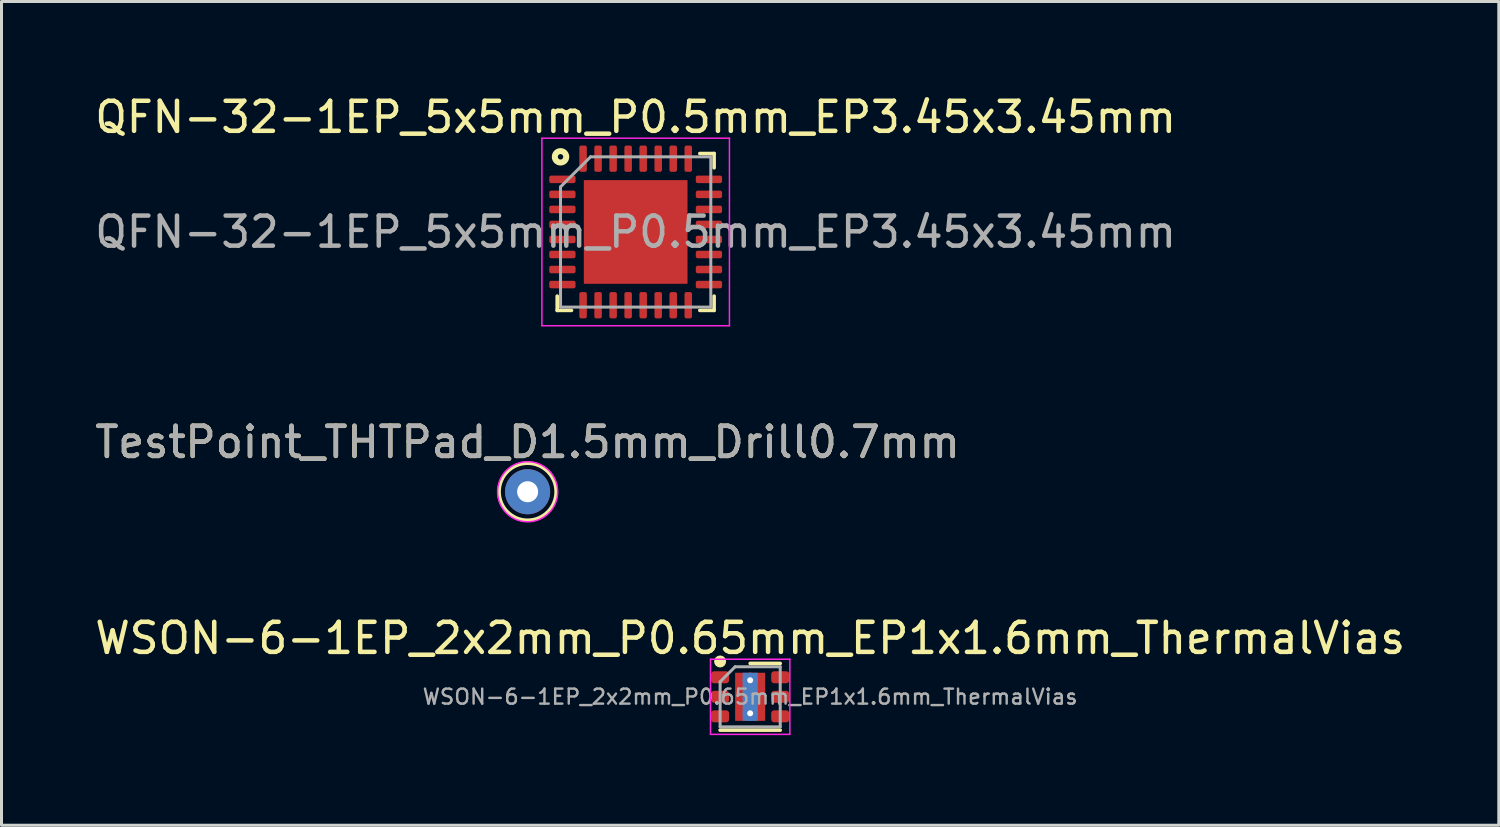
<source format=kicad_pcb>
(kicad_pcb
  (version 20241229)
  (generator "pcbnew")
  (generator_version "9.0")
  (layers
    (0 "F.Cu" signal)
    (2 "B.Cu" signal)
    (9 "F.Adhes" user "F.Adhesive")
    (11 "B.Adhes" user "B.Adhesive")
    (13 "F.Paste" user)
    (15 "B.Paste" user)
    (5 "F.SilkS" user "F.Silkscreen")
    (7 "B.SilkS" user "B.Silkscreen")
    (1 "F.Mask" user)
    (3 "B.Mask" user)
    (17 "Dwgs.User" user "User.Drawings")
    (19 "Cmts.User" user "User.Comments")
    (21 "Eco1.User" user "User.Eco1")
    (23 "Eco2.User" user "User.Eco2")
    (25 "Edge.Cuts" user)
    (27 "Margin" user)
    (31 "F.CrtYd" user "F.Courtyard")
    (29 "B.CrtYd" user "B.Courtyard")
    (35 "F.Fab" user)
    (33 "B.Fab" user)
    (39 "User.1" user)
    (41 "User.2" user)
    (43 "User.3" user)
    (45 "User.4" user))
  (footprint "TestPoint_THTPad_D1.5mm_Drill0.7mm"
    (layer "F.Cu")
    (at 14.506 13.312)
    (property "Reference" "TestPoint_THTPad_D1.5mm_Drill0.7mm" (at 0 -1.648 0) (layer "F.SilkS") (effects (font (size 1 1) (thickness 0.15))))
    (attr exclude_from_pos_files exclude_from_bom)
    (fp_circle (center 0 0) (end 0 0.95) (stroke (width 0.12) (type solid)) (fill no) (layer "F.SilkS"))
    (fp_circle (center 0 0) (end 1 0) (stroke (width 0.05) (type solid)) (fill no) (layer "F.CrtYd"))
    (fp_text user "${REFERENCE}" (at 0 -1.65 0) (layer "F.Fab") (effects (font (size 1 1) (thickness 0.15))))
    (pad "1" thru_hole circle (at 0 0) (size 1.5 1.5) (drill 0.7) (layers "*.Cu" "*.Mask")))
  (footprint "WSON-6-1EP_2x2mm_P0.65mm_EP1x1.6mm_ThermalVias"
    (layer "F.Cu")
    (at 21.911 20.135)
    (property "Reference" "WSON-6-1EP_2x2mm_P0.65mm_EP1x1.6mm_ThermalVias" (at 0 -1.95 0) (layer "F.SilkS") (effects (font (size 1 1) (thickness 0.15))))
    (attr smd)
    (fp_line (start -1 1.11) (end 1 1.11) (stroke (width 0.12) (type solid)) (layer "F.SilkS"))
    (fp_line (start 0 -1.11) (end 1 -1.11) (stroke (width 0.12) (type solid)) (layer "F.SilkS"))
    (fp_circle (center -1 -1.175) (end -0.9 -1.175) (stroke (width 0.2) (type solid)) (fill no) (layer "F.SilkS"))
    (fp_line (start -1.32 -1.25) (end -1.32 1.25) (stroke (width 0.05) (type solid)) (layer "F.CrtYd"))
    (fp_line (start -1.32 1.25) (end 1.32 1.25) (stroke (width 0.05) (type solid)) (layer "F.CrtYd"))
    (fp_line (start 1.32 -1.25) (end -1.32 -1.25) (stroke (width 0.05) (type solid)) (layer "F.CrtYd"))
    (fp_line (start 1.32 1.25) (end 1.32 -1.25) (stroke (width 0.05) (type solid)) (layer "F.CrtYd"))
    (fp_line (start -1 -0.5) (end -0.5 -1) (stroke (width 0.1) (type solid)) (layer "F.Fab"))
    (fp_line (start -1 1) (end -1 -0.5) (stroke (width 0.1) (type solid)) (layer "F.Fab"))
    (fp_line (start -0.5 -1) (end 1 -1) (stroke (width 0.1) (type solid)) (layer "F.Fab"))
    (fp_line (start 1 -1) (end 1 1) (stroke (width 0.1) (type solid)) (layer "F.Fab"))
    (fp_line (start 1 1) (end -1 1) (stroke (width 0.1) (type solid)) (layer "F.Fab"))
    (fp_text user "${REFERENCE}" (at 0 0 0) (layer "F.Fab") (effects (font (size 0.5 0.5) (thickness 0.08))))
    (pad "" smd roundrect (at 0 -0.4) (size 0.87 0.69) (layers "F.Paste") (roundrect_rratio 0.25))
    (pad "" smd roundrect (at 0 0.4) (size 0.87 0.69) (layers "F.Paste") (roundrect_rratio 0.25))
    (pad "1" smd roundrect (at -1 -0.65) (size 0.6 0.4) (layers "F.Cu" "F.Mask" "F.Paste") (roundrect_rratio 0.25))
    (pad "2" smd roundrect (at -1 0) (size 0.6 0.4) (layers "F.Cu" "F.Mask" "F.Paste") (roundrect_rratio 0.25))
    (pad "3" smd roundrect (at -1 0.65) (size 0.6 0.4) (layers "F.Cu" "F.Mask" "F.Paste") (roundrect_rratio 0.25))
    (pad "4" smd roundrect (at 1 0.65) (size 0.6 0.4) (layers "F.Cu" "F.Mask" "F.Paste") (roundrect_rratio 0.25))
    (pad "5" smd roundrect (at 1 0) (size 0.6 0.4) (layers "F.Cu" "F.Mask" "F.Paste") (roundrect_rratio 0.25))
    (pad "6" smd roundrect (at 1 -0.65) (size 0.6 0.4) (layers "F.Cu" "F.Mask" "F.Paste") (roundrect_rratio 0.25))
    (pad "7" thru_hole circle (at 0 -0.55) (size 0.5 0.5) (drill 0.2) (layers "*.Cu"))
    (pad "7" smd rect (at 0 0) (size 0.5 1.6) (layers "B.Cu"))
    (pad "7" smd rect (at 0 0) (size 1 1.6) (layers "F.Cu" "F.Mask"))
    (pad "7" thru_hole circle (at 0 0.55) (size 0.5 0.5) (drill 0.2) (layers "*.Cu")))
  (footprint "QFN-32-1EP_5x5mm_P0.5mm_EP3.45x3.45mm"
    (layer "F.Cu")
    (at 18.101 4.668)
    (property "Reference" "QFN-32-1EP_5x5mm_P0.5mm_EP3.45x3.45mm" (at 0 -3.82 0) (layer "F.SilkS") (effects (font (size 1 1) (thickness 0.15))))
    (attr smd)
    (fp_line (start -2.61 2.61) (end -2.61 2.135) (stroke (width 0.12) (type solid)) (layer "F.SilkS"))
    (fp_line (start -2.135 2.61) (end -2.61 2.61) (stroke (width 0.12) (type solid)) (layer "F.SilkS"))
    (fp_line (start 2.135 -2.61) (end 2.61 -2.61) (stroke (width 0.12) (type solid)) (layer "F.SilkS"))
    (fp_line (start 2.135 2.61) (end 2.61 2.61) (stroke (width 0.12) (type solid)) (layer "F.SilkS"))
    (fp_line (start 2.61 -2.61) (end 2.61 -2.135) (stroke (width 0.12) (type solid)) (layer "F.SilkS"))
    (fp_line (start 2.61 2.61) (end 2.61 2.135) (stroke (width 0.12) (type solid)) (layer "F.SilkS"))
    (fp_circle (center -2.5 -2.5) (end -2.41 -2.5) (stroke (width 0.2) (type solid)) (fill no) (layer "F.SilkS"))
    (fp_line (start -3.12 -3.12) (end -3.12 3.12) (stroke (width 0.05) (type solid)) (layer "F.CrtYd"))
    (fp_line (start -3.12 3.12) (end 3.12 3.12) (stroke (width 0.05) (type solid)) (layer "F.CrtYd"))
    (fp_line (start 3.12 -3.12) (end -3.12 -3.12) (stroke (width 0.05) (type solid)) (layer "F.CrtYd"))
    (fp_line (start 3.12 3.12) (end 3.12 -3.12) (stroke (width 0.05) (type solid)) (layer "F.CrtYd"))
    (fp_line (start -2.5 -1.5) (end -1.5 -2.5) (stroke (width 0.1) (type solid)) (layer "F.Fab"))
    (fp_line (start -2.5 2.5) (end -2.5 -1.5) (stroke (width 0.1) (type solid)) (layer "F.Fab"))
    (fp_line (start -1.5 -2.5) (end 2.5 -2.5) (stroke (width 0.1) (type solid)) (layer "F.Fab"))
    (fp_line (start 2.5 -2.5) (end 2.5 2.5) (stroke (width 0.1) (type solid)) (layer "F.Fab"))
    (fp_line (start 2.5 2.5) (end -2.5 2.5) (stroke (width 0.1) (type solid)) (layer "F.Fab"))
    (fp_text user "${REFERENCE}" (at 0 0 0) (layer "F.Fab") (effects (font (size 1 1) (thickness 0.15))))
    (pad "" smd roundrect (at -1.15 -1.15) (size 0.93 0.93) (layers "F.Paste") (roundrect_rratio 0.25))
    (pad "" smd roundrect (at -1.15 0) (size 0.93 0.93) (layers "F.Paste") (roundrect_rratio 0.25))
    (pad "" smd roundrect (at -1.15 1.15) (size 0.93 0.93) (layers "F.Paste") (roundrect_rratio 0.25))
    (pad "" smd roundrect (at 0 -1.15) (size 0.93 0.93) (layers "F.Paste") (roundrect_rratio 0.25))
    (pad "" smd roundrect (at 0 0) (size 0.93 0.93) (layers "F.Paste") (roundrect_rratio 0.25))
    (pad "" smd roundrect (at 0 1.15) (size 0.93 0.93) (layers "F.Paste") (roundrect_rratio 0.25))
    (pad "" smd roundrect (at 1.15 -1.15) (size 0.93 0.93) (layers "F.Paste") (roundrect_rratio 0.25))
    (pad "" smd roundrect (at 1.15 0) (size 0.93 0.93) (layers "F.Paste") (roundrect_rratio 0.25))
    (pad "" smd roundrect (at 1.15 1.15) (size 0.93 0.93) (layers "F.Paste") (roundrect_rratio 0.25))
    (pad "1" smd roundrect (at -2.438 -1.75) (size 0.875 0.25) (layers "F.Cu" "F.Mask" "F.Paste") (roundrect_rratio 0.25))
    (pad "2" smd roundrect (at -2.438 -1.25) (size 0.875 0.25) (layers "F.Cu" "F.Mask" "F.Paste") (roundrect_rratio 0.25))
    (pad "3" smd roundrect (at -2.438 -0.75) (size 0.875 0.25) (layers "F.Cu" "F.Mask" "F.Paste") (roundrect_rratio 0.25))
    (pad "4" smd roundrect (at -2.438 -0.25) (size 0.875 0.25) (layers "F.Cu" "F.Mask" "F.Paste") (roundrect_rratio 0.25))
    (pad "5" smd roundrect (at -2.438 0.25) (size 0.875 0.25) (layers "F.Cu" "F.Mask" "F.Paste") (roundrect_rratio 0.25))
    (pad "6" smd roundrect (at -2.438 0.75) (size 0.875 0.25) (layers "F.Cu" "F.Mask" "F.Paste") (roundrect_rratio 0.25))
    (pad "7" smd roundrect (at -2.438 1.25) (size 0.875 0.25) (layers "F.Cu" "F.Mask" "F.Paste") (roundrect_rratio 0.25))
    (pad "8" smd roundrect (at -2.438 1.75) (size 0.875 0.25) (layers "F.Cu" "F.Mask" "F.Paste") (roundrect_rratio 0.25))
    (pad "9" smd roundrect (at -1.75 2.438) (size 0.25 0.875) (layers "F.Cu" "F.Mask" "F.Paste") (roundrect_rratio 0.25))
    (pad "10" smd roundrect (at -1.25 2.438) (size 0.25 0.875) (layers "F.Cu" "F.Mask" "F.Paste") (roundrect_rratio 0.25))
    (pad "11" smd roundrect (at -0.75 2.438) (size 0.25 0.875) (layers "F.Cu" "F.Mask" "F.Paste") (roundrect_rratio 0.25))
    (pad "12" smd roundrect (at -0.25 2.438) (size 0.25 0.875) (layers "F.Cu" "F.Mask" "F.Paste") (roundrect_rratio 0.25))
    (pad "13" smd roundrect (at 0.25 2.438) (size 0.25 0.875) (layers "F.Cu" "F.Mask" "F.Paste") (roundrect_rratio 0.25))
    (pad "14" smd roundrect (at 0.75 2.438) (size 0.25 0.875) (layers "F.Cu" "F.Mask" "F.Paste") (roundrect_rratio 0.25))
    (pad "15" smd roundrect (at 1.25 2.438) (size 0.25 0.875) (layers "F.Cu" "F.Mask" "F.Paste") (roundrect_rratio 0.25))
    (pad "16" smd roundrect (at 1.75 2.438) (size 0.25 0.875) (layers "F.Cu" "F.Mask" "F.Paste") (roundrect_rratio 0.25))
    (pad "17" smd roundrect (at 2.438 1.75) (size 0.875 0.25) (layers "F.Cu" "F.Mask" "F.Paste") (roundrect_rratio 0.25))
    (pad "18" smd roundrect (at 2.438 1.25) (size 0.875 0.25) (layers "F.Cu" "F.Mask" "F.Paste") (roundrect_rratio 0.25))
    (pad "19" smd roundrect (at 2.438 0.75) (size 0.875 0.25) (layers "F.Cu" "F.Mask" "F.Paste") (roundrect_rratio 0.25))
    (pad "20" smd roundrect (at 2.438 0.25) (size 0.875 0.25) (layers "F.Cu" "F.Mask" "F.Paste") (roundrect_rratio 0.25))
    (pad "21" smd roundrect (at 2.438 -0.25) (size 0.875 0.25) (layers "F.Cu" "F.Mask" "F.Paste") (roundrect_rratio 0.25))
    (pad "22" smd roundrect (at 2.438 -0.75) (size 0.875 0.25) (layers "F.Cu" "F.Mask" "F.Paste") (roundrect_rratio 0.25))
    (pad "23" smd roundrect (at 2.438 -1.25) (size 0.875 0.25) (layers "F.Cu" "F.Mask" "F.Paste") (roundrect_rratio 0.25))
    (pad "24" smd roundrect (at 2.438 -1.75) (size 0.875 0.25) (layers "F.Cu" "F.Mask" "F.Paste") (roundrect_rratio 0.25))
    (pad "25" smd roundrect (at 1.75 -2.438) (size 0.25 0.875) (layers "F.Cu" "F.Mask" "F.Paste") (roundrect_rratio 0.25))
    (pad "26" smd roundrect (at 1.25 -2.438) (size 0.25 0.875) (layers "F.Cu" "F.Mask" "F.Paste") (roundrect_rratio 0.25))
    (pad "27" smd roundrect (at 0.75 -2.438) (size 0.25 0.875) (layers "F.Cu" "F.Mask" "F.Paste") (roundrect_rratio 0.25))
    (pad "28" smd roundrect (at 0.25 -2.438) (size 0.25 0.875) (layers "F.Cu" "F.Mask" "F.Paste") (roundrect_rratio 0.25))
    (pad "29" smd roundrect (at -0.25 -2.438) (size 0.25 0.875) (layers "F.Cu" "F.Mask" "F.Paste") (roundrect_rratio 0.25))
    (pad "30" smd roundrect (at -0.75 -2.438) (size 0.25 0.875) (layers "F.Cu" "F.Mask" "F.Paste") (roundrect_rratio 0.25))
    (pad "31" smd roundrect (at -1.25 -2.438) (size 0.25 0.875) (layers "F.Cu" "F.Mask" "F.Paste") (roundrect_rratio 0.25))
    (pad "32" smd roundrect (at -1.75 -2.438) (size 0.25 0.875) (layers "F.Cu" "F.Mask" "F.Paste") (roundrect_rratio 0.25))
    (pad "33" smd rect (at 0 0) (size 3.45 3.45) (layers "F.Cu" "F.Mask")))
  (gr_rect
    (start -3 -3)
    (end 46.821 24.41)
    (stroke (width 0.1) (type default))
    (fill no)
    (layer "Edge.Cuts")))
</source>
